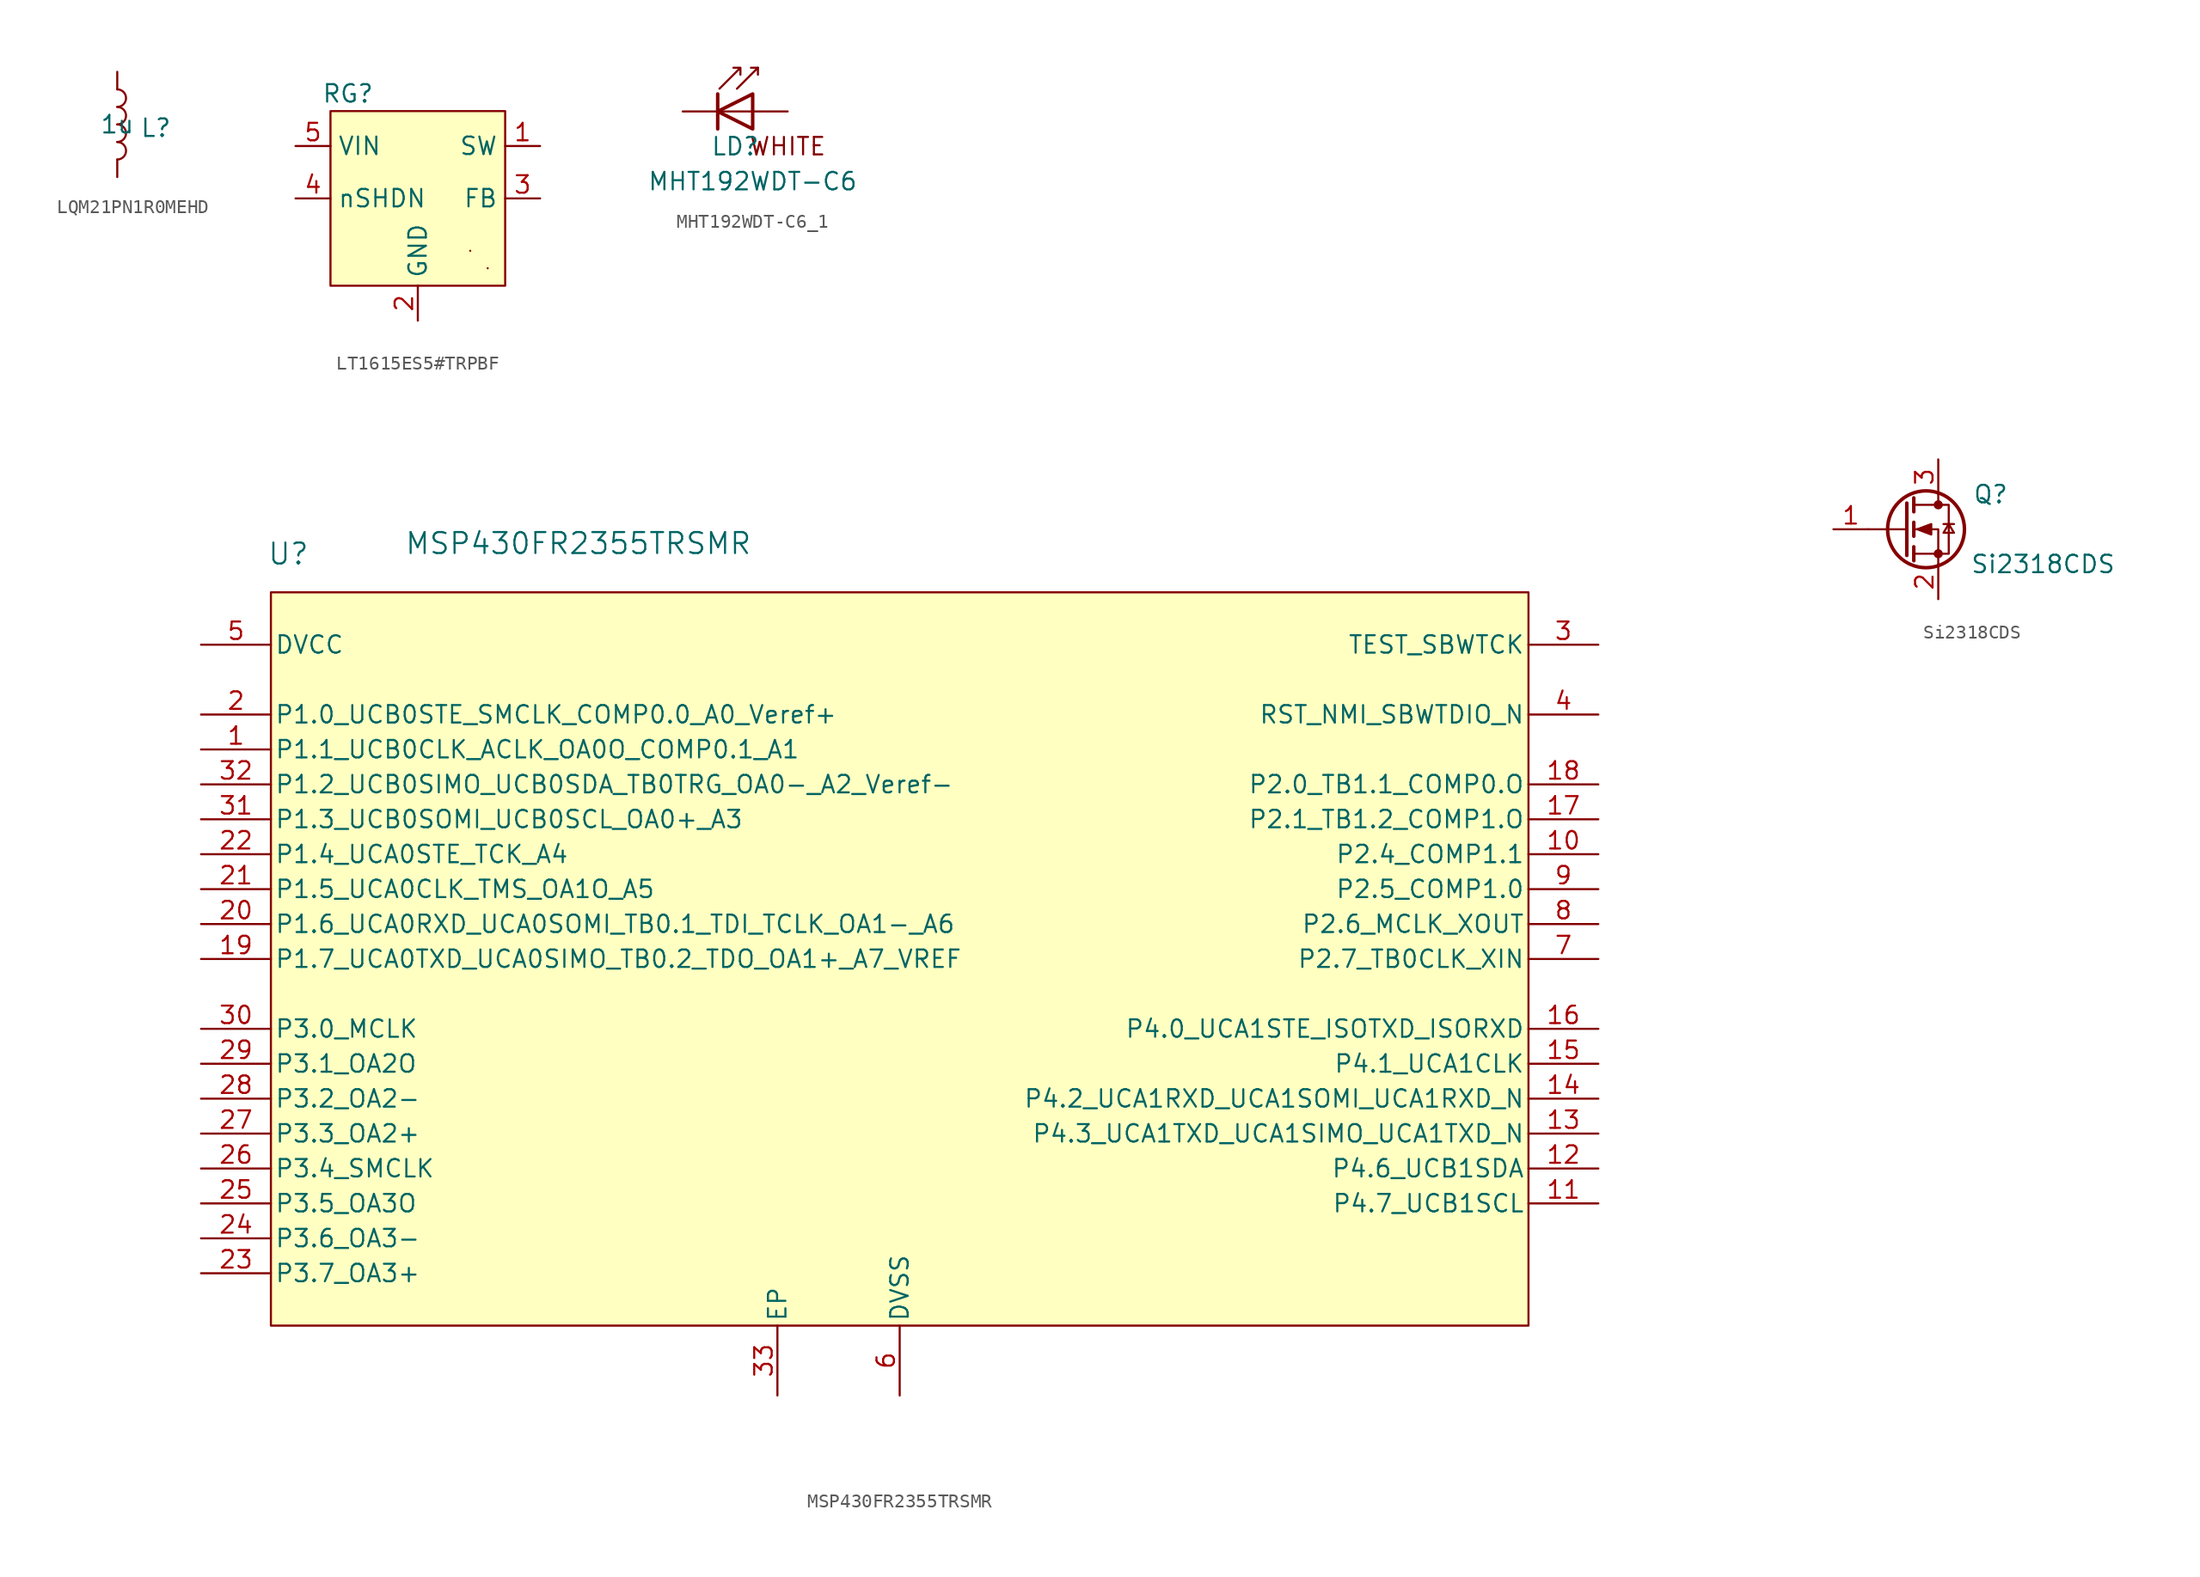
<source format=kicad_sym>
(kicad_symbol_lib
  (version 20241209)
  (generator "kicad_symbol_editor")
  (generator_version "9.0")
  (symbol "LQM21PN1R0MEHD"
    (pin_numbers
      (hide yes))
    (pin_names
      (hide yes))
    (property "Reference" "L"
      (at 2.794 -0.254 0)
      (effects (font (size 1.27 1.27))))
    (property "Value" "1u"
      (at 0 0 0)
      (effects (font (size 1.27 1.27))))
    (symbol "LQM21PN1R0MEHD_0_1"
      (arc (start 0 2.54) (mid 0.6323 1.905) (end 0 1.27) (stroke (width 0) (type default)) (fill (type none)))
      (arc (start 0 1.27) (mid 0.6323 0.635) (end 0 0) (stroke (width 0) (type default)) (fill (type none)))
      (arc (start 0 0) (mid 0.6323 -0.635) (end 0 -1.27) (stroke (width 0) (type default)) (fill (type none)))
      (arc (start 0 -1.27) (mid 0.6323 -1.905) (end 0 -2.54) (stroke (width 0) (type default)) (fill (type none))))
    (symbol "LQM21PN1R0MEHD_1_1"
      (pin passive line (at 0 3.81 270) (length 1.27) (name "1" (effects (font (size 1.27 1.27)))) (number "1" (effects (font (size 1.27 1.27)))))
      (pin passive line (at 0 -3.81 90) (length 1.27) (name "2" (effects (font (size 1.27 1.27)))) (number "2" (effects (font (size 1.27 1.27)))))))
  (symbol "LT1615ES5#TRPBF"
    (property "Reference" "RG"
      (at -5.08 8.89 0)
      (effects (font (size 1.27 1.27))))
    (property "Value" ""
      (at 0 0 0)
      (effects (font (size 1.27 1.27))))
    (symbol "LT1615ES5#TRPBF_0_1"
      (rectangle (start 3.81 -2.54) (end 3.81 -2.54) (stroke (width 0) (type default)) (fill (type none)))
      (rectangle (start 5.08 -3.81) (end 5.08 -3.81) (stroke (width 0) (type default)) (fill (type none))))
    (symbol "LT1615ES5#TRPBF_1_1"
      (rectangle (start -6.35 7.62) (end 6.35 -5.08) (stroke (width 0) (type default)) (fill (type background)))
      (pin power_in line (at -8.89 5.08 0) (length 2.54) (name "VIN" (effects (font (size 1.27 1.27)))) (number "5" (effects (font (size 1.27 1.27)))))
      (pin input line (at -8.89 1.27 0) (length 2.54) (name "nSHDN" (effects (font (size 1.27 1.27)))) (number "4" (effects (font (size 1.27 1.27)))))
      (pin power_in line (at 0 -7.62 90) (length 2.54) (name "GND" (effects (font (size 1.27 1.27)))) (number "2" (effects (font (size 1.27 1.27)))))
      (pin output line (at 8.89 5.08 180) (length 2.54) (name "SW" (effects (font (size 1.27 1.27)))) (number "1" (effects (font (size 1.27 1.27)))))
      (pin input line (at 8.89 1.27 180) (length 2.54) (name "FB" (effects (font (size 1.27 1.27)))) (number "3" (effects (font (size 1.27 1.27)))))))
  (symbol "MHT192WDT-C6_1"
    (pin_numbers
      (hide yes))
    (pin_names
      (hide yes))
    (property "Reference" "LD"
      (at 0 -2.54 0)
      (effects (font (size 1.27 1.27))))
    (property "Value" "MHT192WDT-C6"
      (at 1.27 -5.08 0)
      (effects (font (size 1.27 1.27))))
    (symbol "MHT192WDT-C6_1_0_1"
      (polyline (pts (xy -1.27 1.27) (xy -1.27 -1.27)) (stroke (width 0.254) (type default)) (fill (type none)))
      (polyline (pts (xy -1.143 1.651) (xy 0.381 3.175) (xy 0.381 2.667) (xy 0.381 3.175) (xy -0.127 3.175)) (stroke (width 0) (type default)) (fill (type none)))
      (polyline (pts (xy 0.127 1.651) (xy 1.651 3.175) (xy 1.651 2.667)) (stroke (width 0) (type default)) (fill (type none)))
      (polyline (pts (xy 1.27 0) (xy -1.27 0)) (stroke (width 0) (type default)) (fill (type none)))
      (polyline (pts (xy 1.27 -1.27) (xy -1.27 0) (xy 1.27 1.27) (xy 1.27 -1.27)) (stroke (width 0.254) (type default)) (fill (type none)))
      (polyline (pts (xy 1.651 3.175) (xy 1.143 3.175)) (stroke (width 0) (type default)) (fill (type none))))
    (symbol "MHT192WDT-C6_1_1_1"
      (text "WHITE" (at 3.81 -2.54 0) (effects (font (size 1.27 1.27))))
      (pin passive line (at -3.81 0 0) (length 2.54) (name "K" (effects (font (size 1.27 1.27)))) (number "1" (effects (font (size 1.27 1.27)))))
      (pin passive line (at 3.81 0 180) (length 2.54) (name "A" (effects (font (size 1.27 1.27)))) (number "2" (effects (font (size 1.27 1.27)))))))
  (symbol "MSP430FR2355TRSMR"
    (pin_names
      (offset 0.254))
    (property "Reference" "U"
      (at -44.45 29.464 0)
      (effects (font (size 1.524 1.524))))
    (property "Value" "MSP430FR2355TRSMR"
      (at -23.368 30.226 0)
      (effects (font (size 1.524 1.524))))
    (symbol "MSP430FR2355TRSMR_0_1"
      (pin power_in line (at -50.8 22.86 0) (length 5.08) (name "DVCC" (effects (font (size 1.27 1.27)))) (number "5" (effects (font (size 1.27 1.27)))))
      (pin passive line (at -50.8 17.78 0) (length 5.08) (name "P1.0_UCB0STE_SMCLK_COMP0.0_A0_Veref+" (effects (font (size 1.27 1.27)))) (number "2" (effects (font (size 1.27 1.27)))))
      (pin passive line (at -50.8 15.24 0) (length 5.08) (name "P1.1_UCB0CLK_ACLK_OA0O_COMP0.1_A1" (effects (font (size 1.27 1.27)))) (number "1" (effects (font (size 1.27 1.27)))))
      (pin passive line (at -50.8 12.7 0) (length 5.08) (name "P1.2_UCB0SIMO_UCB0SDA_TB0TRG_OA0-_A2_Veref-" (effects (font (size 1.27 1.27)))) (number "32" (effects (font (size 1.27 1.27)))))
      (pin passive line (at -50.8 10.16 0) (length 5.08) (name "P1.3_UCB0SOMI_UCB0SCL_OA0+_A3" (effects (font (size 1.27 1.27)))) (number "31" (effects (font (size 1.27 1.27)))))
      (pin passive line (at -50.8 7.62 0) (length 5.08) (name "P1.4_UCA0STE_TCK_A4" (effects (font (size 1.27 1.27)))) (number "22" (effects (font (size 1.27 1.27)))))
      (pin passive line (at -50.8 5.08 0) (length 5.08) (name "P1.5_UCA0CLK_TMS_OA1O_A5" (effects (font (size 1.27 1.27)))) (number "21" (effects (font (size 1.27 1.27)))))
      (pin passive line (at -50.8 2.54 0) (length 5.08) (name "P1.6_UCA0RXD_UCA0SOMI_TB0.1_TDI_TCLK_OA1-_A6" (effects (font (size 1.27 1.27)))) (number "20" (effects (font (size 1.27 1.27)))))
      (pin passive line (at -50.8 0 0) (length 5.08) (name "P1.7_UCA0TXD_UCA0SIMO_TB0.2_TDO_OA1+_A7_VREF" (effects (font (size 1.27 1.27)))) (number "19" (effects (font (size 1.27 1.27)))))
      (pin passive line (at -50.8 -5.08 0) (length 5.08) (name "P3.0_MCLK" (effects (font (size 1.27 1.27)))) (number "30" (effects (font (size 1.27 1.27)))))
      (pin passive line (at -50.8 -7.62 0) (length 5.08) (name "P3.1_OA2O" (effects (font (size 1.27 1.27)))) (number "29" (effects (font (size 1.27 1.27)))))
      (pin passive line (at -50.8 -10.16 0) (length 5.08) (name "P3.2_OA2-" (effects (font (size 1.27 1.27)))) (number "28" (effects (font (size 1.27 1.27)))))
      (pin passive line (at -50.8 -12.7 0) (length 5.08) (name "P3.3_OA2+" (effects (font (size 1.27 1.27)))) (number "27" (effects (font (size 1.27 1.27)))))
      (pin passive line (at -50.8 -15.24 0) (length 5.08) (name "P3.4_SMCLK" (effects (font (size 1.27 1.27)))) (number "26" (effects (font (size 1.27 1.27)))))
      (pin passive line (at -50.8 -17.78 0) (length 5.08) (name "P3.5_OA3O" (effects (font (size 1.27 1.27)))) (number "25" (effects (font (size 1.27 1.27)))))
      (pin passive line (at -50.8 -20.32 0) (length 5.08) (name "P3.6_OA3-" (effects (font (size 1.27 1.27)))) (number "24" (effects (font (size 1.27 1.27)))))
      (pin passive line (at -50.8 -22.86 0) (length 5.08) (name "P3.7_OA3+" (effects (font (size 1.27 1.27)))) (number "23" (effects (font (size 1.27 1.27)))))
      (pin power_in line (at -8.89 -31.75 90) (length 5.08) (name "EP" (effects (font (size 1.27 1.27)))) (number "33" (effects (font (size 1.27 1.27)))))
      (pin power_in line (at 0 -31.75 90) (length 5.08) (name "DVSS" (effects (font (size 1.27 1.27)))) (number "6" (effects (font (size 1.27 1.27)))))
      (pin passive line (at 50.8 22.86 180) (length 5.08) (name "TEST_SBWTCK" (effects (font (size 1.27 1.27)))) (number "3" (effects (font (size 1.27 1.27)))))
      (pin passive line (at 50.8 17.78 180) (length 5.08) (name "RST_NMI_SBWTDIO_N" (effects (font (size 1.27 1.27)))) (number "4" (effects (font (size 1.27 1.27)))))
      (pin passive line (at 50.8 12.7 180) (length 5.08) (name "P2.0_TB1.1_COMP0.O" (effects (font (size 1.27 1.27)))) (number "18" (effects (font (size 1.27 1.27)))))
      (pin passive line (at 50.8 10.16 180) (length 5.08) (name "P2.1_TB1.2_COMP1.O" (effects (font (size 1.27 1.27)))) (number "17" (effects (font (size 1.27 1.27)))))
      (pin passive line (at 50.8 7.62 180) (length 5.08) (name "P2.4_COMP1.1" (effects (font (size 1.27 1.27)))) (number "10" (effects (font (size 1.27 1.27)))))
      (pin passive line (at 50.8 5.08 180) (length 5.08) (name "P2.5_COMP1.0" (effects (font (size 1.27 1.27)))) (number "9" (effects (font (size 1.27 1.27)))))
      (pin passive line (at 50.8 2.54 180) (length 5.08) (name "P2.6_MCLK_XOUT" (effects (font (size 1.27 1.27)))) (number "8" (effects (font (size 1.27 1.27)))))
      (pin passive line (at 50.8 0 180) (length 5.08) (name "P2.7_TB0CLK_XIN" (effects (font (size 1.27 1.27)))) (number "7" (effects (font (size 1.27 1.27)))))
      (pin passive line (at 50.8 -5.08 180) (length 5.08) (name "P4.0_UCA1STE_ISOTXD_ISORXD" (effects (font (size 1.27 1.27)))) (number "16" (effects (font (size 1.27 1.27)))))
      (pin passive line (at 50.8 -7.62 180) (length 5.08) (name "P4.1_UCA1CLK" (effects (font (size 1.27 1.27)))) (number "15" (effects (font (size 1.27 1.27)))))
      (pin passive line (at 50.8 -10.16 180) (length 5.08) (name "P4.2_UCA1RXD_UCA1SOMI_UCA1RXD_N" (effects (font (size 1.27 1.27)))) (number "14" (effects (font (size 1.27 1.27)))))
      (pin passive line (at 50.8 -12.7 180) (length 5.08) (name "P4.3_UCA1TXD_UCA1SIMO_UCA1TXD_N" (effects (font (size 1.27 1.27)))) (number "13" (effects (font (size 1.27 1.27)))))
      (pin passive line (at 50.8 -15.24 180) (length 5.08) (name "P4.6_UCB1SDA" (effects (font (size 1.27 1.27)))) (number "12" (effects (font (size 1.27 1.27)))))
      (pin passive line (at 50.8 -17.78 180) (length 5.08) (name "P4.7_UCB1SCL" (effects (font (size 1.27 1.27)))) (number "11" (effects (font (size 1.27 1.27))))))
    (symbol "MSP430FR2355TRSMR_1_1"
      (rectangle (start -45.72 26.67) (end 45.72 -26.67) (stroke (width 0) (type solid)) (fill (type background)))))
  (symbol "Si2318CDS"
    (pin_names
      (hide yes))
    (property "Reference" "Q"
      (at 3.81 2.54 0)
      (effects (font (size 1.27 1.27))))
    (property "Value" "Si2318CDS"
      (at 7.62 -2.54 0)
      (effects (font (size 1.27 1.27))))
    (symbol "Si2318CDS_0_1"
      (polyline (pts (xy -2.286 1.905) (xy -2.286 -1.905)) (stroke (width 0.254) (type default)) (fill (type none)))
      (polyline (pts (xy -2.286 0) (xy -5.08 0)) (stroke (width 0) (type default)) (fill (type none)))
      (polyline (pts (xy -1.778 2.286) (xy -1.778 1.27)) (stroke (width 0.254) (type default)) (fill (type none)))
      (polyline (pts (xy -1.778 0.508) (xy -1.778 -0.508)) (stroke (width 0.254) (type default)) (fill (type none)))
      (polyline (pts (xy -1.778 -1.27) (xy -1.778 -2.286)) (stroke (width 0.254) (type default)) (fill (type none)))
      (polyline (pts (xy -1.778 -1.778) (xy 0.762 -1.778) (xy 0.762 1.778) (xy -1.778 1.778)) (stroke (width 0) (type default)) (fill (type none)))
      (polyline (pts (xy -1.524 0) (xy -0.508 0.381) (xy -0.508 -0.381) (xy -1.524 0)) (stroke (width 0) (type default)) (fill (type outline)))
      (circle (center -0.889 0) (radius 2.794) (stroke (width 0.254) (type default)) (fill (type none)))
      (polyline (pts (xy 0 2.54) (xy 0 1.778)) (stroke (width 0) (type default)) (fill (type none)))
      (circle (center 0 1.778) (radius 0.254) (stroke (width 0) (type default)) (fill (type outline)))
      (circle (center 0 -1.778) (radius 0.254) (stroke (width 0) (type default)) (fill (type outline)))
      (polyline (pts (xy 0 -2.54) (xy 0 0) (xy -1.778 0)) (stroke (width 0) (type default)) (fill (type none)))
      (polyline (pts (xy 0.381 0.381) (xy 1.143 0.381)) (stroke (width 0) (type default)) (fill (type none)))
      (polyline (pts (xy 0.762 0.381) (xy 0.381 -0.254) (xy 1.143 -0.254) (xy 0.762 0.381)) (stroke (width 0) (type default)) (fill (type none))))
    (symbol "Si2318CDS_1_1"
      (pin input line (at -7.62 0 0) (length 2.54) (name "G" (effects (font (size 1.27 1.27)))) (number "1" (effects (font (size 1.27 1.27)))))
      (pin passive line (at 0 5.08 270) (length 2.54) (name "D" (effects (font (size 1.27 1.27)))) (number "3" (effects (font (size 1.27 1.27)))))
      (pin passive line (at 0 -5.08 90) (length 2.54) (name "S" (effects (font (size 1.27 1.27)))) (number "2" (effects (font (size 1.27 1.27))))))))
</source>
